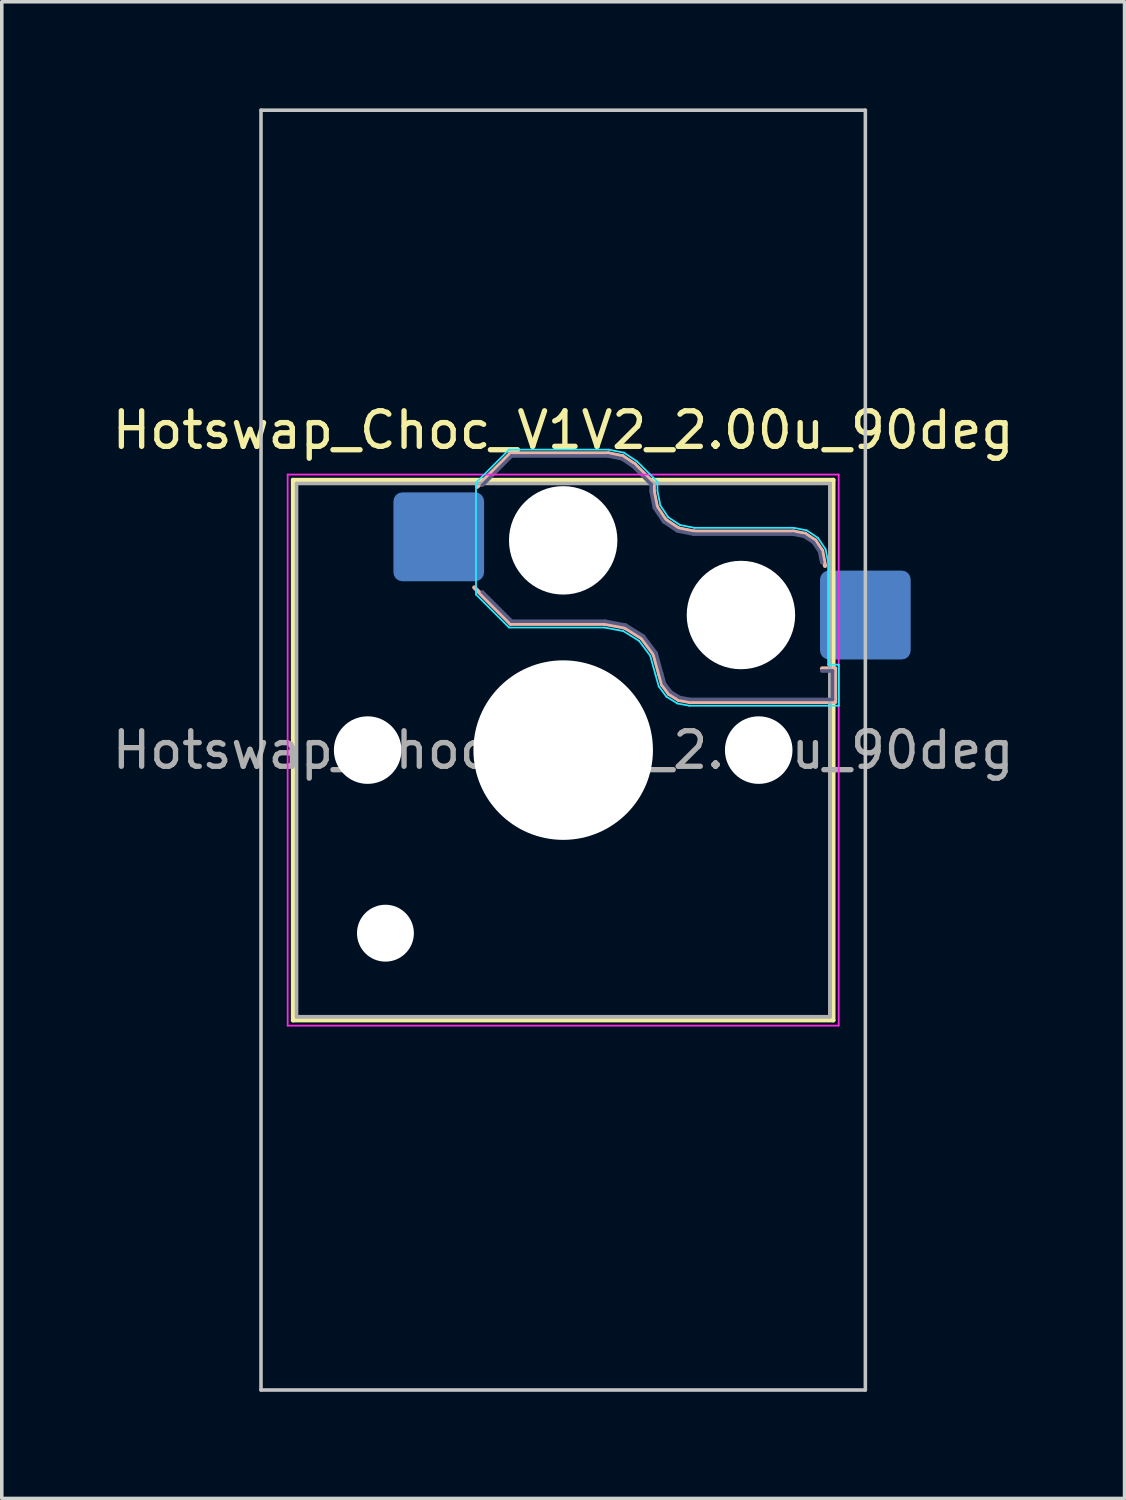
<source format=kicad_pcb>
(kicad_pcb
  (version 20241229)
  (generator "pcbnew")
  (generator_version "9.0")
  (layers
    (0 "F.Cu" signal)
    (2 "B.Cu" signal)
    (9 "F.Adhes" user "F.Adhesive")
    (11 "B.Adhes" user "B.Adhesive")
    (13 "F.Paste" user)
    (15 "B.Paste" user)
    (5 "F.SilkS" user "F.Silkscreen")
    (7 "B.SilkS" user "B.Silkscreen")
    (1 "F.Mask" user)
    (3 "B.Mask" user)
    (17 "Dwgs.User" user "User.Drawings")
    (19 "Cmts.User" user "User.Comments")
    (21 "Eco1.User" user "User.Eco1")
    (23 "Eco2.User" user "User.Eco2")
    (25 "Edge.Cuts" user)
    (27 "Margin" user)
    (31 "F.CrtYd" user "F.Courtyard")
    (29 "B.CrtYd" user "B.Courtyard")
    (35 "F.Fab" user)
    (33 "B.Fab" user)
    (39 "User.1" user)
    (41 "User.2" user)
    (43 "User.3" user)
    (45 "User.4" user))
  (footprint "Hotswap_Choc_V1V2_2.00u_90deg"
    (layer "F.Cu")
    (at 12.792 18.05)
    (property "Reference" "Hotswap_Choc_V1V2_2.00u_90deg" (at 0 -9 0) (layer "F.SilkS") (effects (font (size 1 1) (thickness 0.15))))
    (attr smd)
    (fp_line (start -7.6 -7.6) (end -7.6 7.6) (stroke (width 0.12) (type solid)) (layer "F.SilkS"))
    (fp_line (start -7.6 7.6) (end 7.6 7.6) (stroke (width 0.12) (type solid)) (layer "F.SilkS"))
    (fp_line (start 7.6 -7.6) (end -7.6 -7.6) (stroke (width 0.12) (type solid)) (layer "F.SilkS"))
    (fp_line (start 7.6 7.6) (end 7.6 -7.6) (stroke (width 0.12) (type solid)) (layer "F.SilkS"))
    (fp_line (start -2.416 -7.409) (end -1.479 -8.346) (stroke (width 0.12) (type solid)) (layer "B.SilkS"))
    (fp_line (start -1.479 -8.346) (end 1.268 -8.346) (stroke (width 0.12) (type solid)) (layer "B.SilkS"))
    (fp_line (start -1.479 -3.554) (end -2.5 -4.575) (stroke (width 0.12) (type solid)) (layer "B.SilkS"))
    (fp_line (start 1.168 -3.554) (end -1.479 -3.554) (stroke (width 0.12) (type solid)) (layer "B.SilkS"))
    (fp_line (start 1.268 -8.346) (end 1.671 -8.266) (stroke (width 0.12) (type solid)) (layer "B.SilkS"))
    (fp_line (start 1.671 -8.266) (end 2.013 -8.037) (stroke (width 0.12) (type solid)) (layer "B.SilkS"))
    (fp_line (start 1.73 -3.449) (end 1.168 -3.554) (stroke (width 0.12) (type solid)) (layer "B.SilkS"))
    (fp_line (start 2.013 -8.037) (end 2.546 -7.504) (stroke (width 0.12) (type solid)) (layer "B.SilkS"))
    (fp_line (start 2.209 -3.15) (end 1.73 -3.449) (stroke (width 0.12) (type solid)) (layer "B.SilkS"))
    (fp_line (start 2.546 -7.504) (end 2.546 -7.282) (stroke (width 0.12) (type solid)) (layer "B.SilkS"))
    (fp_line (start 2.546 -7.282) (end 2.633 -6.844) (stroke (width 0.12) (type solid)) (layer "B.SilkS"))
    (fp_line (start 2.547 -2.697) (end 2.209 -3.15) (stroke (width 0.12) (type solid)) (layer "B.SilkS"))
    (fp_line (start 2.633 -6.844) (end 2.877 -6.477) (stroke (width 0.12) (type solid)) (layer "B.SilkS"))
    (fp_line (start 2.701 -2.139) (end 2.547 -2.697) (stroke (width 0.12) (type solid)) (layer "B.SilkS"))
    (fp_line (start 2.783 -1.841) (end 2.701 -2.139) (stroke (width 0.12) (type solid)) (layer "B.SilkS"))
    (fp_line (start 2.877 -6.477) (end 3.244 -6.233) (stroke (width 0.12) (type solid)) (layer "B.SilkS"))
    (fp_line (start 2.976 -1.583) (end 2.783 -1.841) (stroke (width 0.12) (type solid)) (layer "B.SilkS"))
    (fp_line (start 3.244 -6.233) (end 3.682 -6.146) (stroke (width 0.12) (type solid)) (layer "B.SilkS"))
    (fp_line (start 3.25 -1.413) (end 2.976 -1.583) (stroke (width 0.12) (type solid)) (layer "B.SilkS"))
    (fp_line (start 3.56 -1.354) (end 3.25 -1.413) (stroke (width 0.12) (type solid)) (layer "B.SilkS"))
    (fp_line (start 3.682 -6.146) (end 6.482 -6.146) (stroke (width 0.12) (type solid)) (layer "B.SilkS"))
    (fp_line (start 6.482 -6.146) (end 6.809 -6.081) (stroke (width 0.12) (type solid)) (layer "B.SilkS"))
    (fp_line (start 6.809 -6.081) (end 7.092 -5.892) (stroke (width 0.12) (type solid)) (layer "B.SilkS"))
    (fp_line (start 7.092 -5.892) (end 7.281 -5.609) (stroke (width 0.12) (type solid)) (layer "B.SilkS"))
    (fp_line (start 7.281 -5.609) (end 7.366 -5.182) (stroke (width 0.12) (type solid)) (layer "B.SilkS"))
    (fp_line (start 7.283 -2.296) (end 7.646 -2.296) (stroke (width 0.12) (type solid)) (layer "B.SilkS"))
    (fp_line (start 7.646 -2.296) (end 7.646 -1.354) (stroke (width 0.12) (type solid)) (layer "B.SilkS"))
    (fp_line (start 7.646 -1.354) (end 3.56 -1.354) (stroke (width 0.12) (type solid)) (layer "B.SilkS"))
    (fp_line (start -8.5 -18) (end 8.5 -18) (stroke (width 0.1) (type solid)) (layer "Dwgs.User"))
    (fp_line (start -8.5 18) (end -8.5 -18) (stroke (width 0.1) (type solid)) (layer "Dwgs.User"))
    (fp_line (start 8.5 -18) (end 8.5 18) (stroke (width 0.1) (type solid)) (layer "Dwgs.User"))
    (fp_line (start 8.5 18) (end -8.5 18) (stroke (width 0.1) (type solid)) (layer "Dwgs.User"))
    (fp_line (start -7.25 -7.25) (end -7.25 7.25) (stroke (width 0.1) (type solid)) (layer "Eco1.User"))
    (fp_line (start -7.25 7.25) (end 7.25 7.25) (stroke (width 0.1) (type solid)) (layer "Eco1.User"))
    (fp_line (start 7.25 -7.25) (end -7.25 -7.25) (stroke (width 0.1) (type solid)) (layer "Eco1.User"))
    (fp_line (start 7.25 7.25) (end 7.25 -7.25) (stroke (width 0.1) (type solid)) (layer "Eco1.User"))
    (fp_line (start -2.452 -7.523) (end -1.523 -8.452) (stroke (width 0.05) (type solid)) (layer "B.CrtYd"))
    (fp_line (start -2.452 -4.377) (end -2.452 -7.523) (stroke (width 0.05) (type solid)) (layer "B.CrtYd"))
    (fp_line (start -1.523 -8.452) (end 1.278 -8.452) (stroke (width 0.05) (type solid)) (layer "B.CrtYd"))
    (fp_line (start -1.523 -3.448) (end -2.452 -4.377) (stroke (width 0.05) (type solid)) (layer "B.CrtYd"))
    (fp_line (start 1.159 -3.448) (end -1.523 -3.448) (stroke (width 0.05) (type solid)) (layer "B.CrtYd"))
    (fp_line (start 1.278 -8.452) (end 1.712 -8.366) (stroke (width 0.05) (type solid)) (layer "B.CrtYd"))
    (fp_line (start 1.691 -3.348) (end 1.159 -3.448) (stroke (width 0.05) (type solid)) (layer "B.CrtYd"))
    (fp_line (start 1.712 -8.366) (end 2.081 -8.119) (stroke (width 0.05) (type solid)) (layer "B.CrtYd"))
    (fp_line (start 2.081 -8.119) (end 2.652 -7.548) (stroke (width 0.05) (type solid)) (layer "B.CrtYd"))
    (fp_line (start 2.136 -3.071) (end 1.691 -3.348) (stroke (width 0.05) (type solid)) (layer "B.CrtYd"))
    (fp_line (start 2.45 -2.65) (end 2.136 -3.071) (stroke (width 0.05) (type solid)) (layer "B.CrtYd"))
    (fp_line (start 2.599 -2.111) (end 2.45 -2.65) (stroke (width 0.05) (type solid)) (layer "B.CrtYd"))
    (fp_line (start 2.652 -7.548) (end 2.652 -7.292) (stroke (width 0.05) (type solid)) (layer "B.CrtYd"))
    (fp_line (start 2.652 -7.292) (end 2.733 -6.885) (stroke (width 0.05) (type solid)) (layer "B.CrtYd"))
    (fp_line (start 2.687 -1.794) (end 2.599 -2.111) (stroke (width 0.05) (type solid)) (layer "B.CrtYd"))
    (fp_line (start 2.733 -6.885) (end 2.953 -6.553) (stroke (width 0.05) (type solid)) (layer "B.CrtYd"))
    (fp_line (start 2.903 -1.503) (end 2.687 -1.794) (stroke (width 0.05) (type solid)) (layer "B.CrtYd"))
    (fp_line (start 2.953 -6.553) (end 3.285 -6.333) (stroke (width 0.05) (type solid)) (layer "B.CrtYd"))
    (fp_line (start 3.211 -1.312) (end 2.903 -1.503) (stroke (width 0.05) (type solid)) (layer "B.CrtYd"))
    (fp_line (start 3.285 -6.333) (end 3.692 -6.252) (stroke (width 0.05) (type solid)) (layer "B.CrtYd"))
    (fp_line (start 3.55 -1.248) (end 3.211 -1.312) (stroke (width 0.05) (type solid)) (layer "B.CrtYd"))
    (fp_line (start 3.692 -6.252) (end 6.492 -6.252) (stroke (width 0.05) (type solid)) (layer "B.CrtYd"))
    (fp_line (start 6.492 -6.252) (end 6.85 -6.181) (stroke (width 0.05) (type solid)) (layer "B.CrtYd"))
    (fp_line (start 6.85 -6.181) (end 7.168 -5.968) (stroke (width 0.05) (type solid)) (layer "B.CrtYd"))
    (fp_line (start 7.168 -5.968) (end 7.381 -5.65) (stroke (width 0.05) (type solid)) (layer "B.CrtYd"))
    (fp_line (start 7.381 -5.65) (end 7.452 -5.292) (stroke (width 0.05) (type solid)) (layer "B.CrtYd"))
    (fp_line (start 7.452 -5.292) (end 7.452 -2.402) (stroke (width 0.05) (type solid)) (layer "B.CrtYd"))
    (fp_line (start 7.452 -2.402) (end 7.752 -2.402) (stroke (width 0.05) (type solid)) (layer "B.CrtYd"))
    (fp_line (start 7.752 -2.402) (end 7.752 -1.248) (stroke (width 0.05) (type solid)) (layer "B.CrtYd"))
    (fp_line (start 7.752 -1.248) (end 3.55 -1.248) (stroke (width 0.05) (type solid)) (layer "B.CrtYd"))
    (fp_line (start -7.75 -7.75) (end -7.75 7.75) (stroke (width 0.05) (type solid)) (layer "F.CrtYd"))
    (fp_line (start -7.75 7.75) (end 7.75 7.75) (stroke (width 0.05) (type solid)) (layer "F.CrtYd"))
    (fp_line (start 7.75 -7.75) (end -7.75 -7.75) (stroke (width 0.05) (type solid)) (layer "F.CrtYd"))
    (fp_line (start 7.75 7.75) (end 7.75 -7.75) (stroke (width 0.05) (type solid)) (layer "F.CrtYd"))
    (fp_line (start -2.275 -7.45) (end -1.45 -8.275) (stroke (width 0.1) (type solid)) (layer "B.Fab"))
    (fp_line (start -1.45 -8.275) (end 1.261 -8.275) (stroke (width 0.1) (type solid)) (layer "B.Fab"))
    (fp_line (start -1.45 -3.625) (end -2.275 -4.45) (stroke (width 0.1) (type solid)) (layer "B.Fab"))
    (fp_line (start 1.175 -3.625) (end -1.45 -3.625) (stroke (width 0.1) (type solid)) (layer "B.Fab"))
    (fp_line (start 1.261 -8.275) (end 1.643 -8.199) (stroke (width 0.1) (type solid)) (layer "B.Fab"))
    (fp_line (start 1.643 -8.199) (end 1.968 -7.982) (stroke (width 0.1) (type solid)) (layer "B.Fab"))
    (fp_line (start 1.756 -3.516) (end 1.175 -3.625) (stroke (width 0.1) (type solid)) (layer "B.Fab"))
    (fp_line (start 1.968 -7.982) (end 2.475 -7.475) (stroke (width 0.1) (type solid)) (layer "B.Fab"))
    (fp_line (start 2.258 -3.203) (end 1.756 -3.516) (stroke (width 0.1) (type solid)) (layer "B.Fab"))
    (fp_line (start 2.475 -7.475) (end 2.475 -7.275) (stroke (width 0.1) (type solid)) (layer "B.Fab"))
    (fp_line (start 2.475 -7.275) (end 2.566 -6.816) (stroke (width 0.1) (type solid)) (layer "B.Fab"))
    (fp_line (start 2.566 -6.816) (end 2.826 -6.426) (stroke (width 0.1) (type solid)) (layer "B.Fab"))
    (fp_line (start 2.612 -2.729) (end 2.258 -3.203) (stroke (width 0.1) (type solid)) (layer "B.Fab"))
    (fp_line (start 2.769 -2.158) (end 2.612 -2.729) (stroke (width 0.1) (type solid)) (layer "B.Fab"))
    (fp_line (start 2.826 -6.426) (end 3.216 -6.166) (stroke (width 0.1) (type solid)) (layer "B.Fab"))
    (fp_line (start 2.848 -1.873) (end 2.769 -2.158) (stroke (width 0.1) (type solid)) (layer "B.Fab"))
    (fp_line (start 3.025 -1.636) (end 2.848 -1.873) (stroke (width 0.1) (type solid)) (layer "B.Fab"))
    (fp_line (start 3.216 -6.166) (end 3.675 -6.075) (stroke (width 0.1) (type solid)) (layer "B.Fab"))
    (fp_line (start 3.276 -1.48) (end 3.025 -1.636) (stroke (width 0.1) (type solid)) (layer "B.Fab"))
    (fp_line (start 3.567 -1.425) (end 3.276 -1.48) (stroke (width 0.1) (type solid)) (layer "B.Fab"))
    (fp_line (start 3.675 -6.075) (end 6.475 -6.075) (stroke (width 0.1) (type solid)) (layer "B.Fab"))
    (fp_line (start 6.475 -6.075) (end 6.781 -6.014) (stroke (width 0.1) (type solid)) (layer "B.Fab"))
    (fp_line (start 6.781 -6.014) (end 7.041 -5.841) (stroke (width 0.1) (type solid)) (layer "B.Fab"))
    (fp_line (start 7.041 -5.841) (end 7.214 -5.581) (stroke (width 0.1) (type solid)) (layer "B.Fab"))
    (fp_line (start 7.214 -5.581) (end 7.275 -5.275) (stroke (width 0.1) (type solid)) (layer "B.Fab"))
    (fp_line (start 7.275 -2.225) (end 7.575 -2.225) (stroke (width 0.1) (type solid)) (layer "B.Fab"))
    (fp_line (start 7.575 -2.225) (end 7.575 -1.425) (stroke (width 0.1) (type solid)) (layer "B.Fab"))
    (fp_line (start 7.575 -1.425) (end 3.567 -1.425) (stroke (width 0.1) (type solid)) (layer "B.Fab"))
    (fp_line (start -7.5 -7.5) (end -7.5 7.5) (stroke (width 0.1) (type solid)) (layer "F.Fab"))
    (fp_line (start -7.5 7.5) (end 7.5 7.5) (stroke (width 0.1) (type solid)) (layer "F.Fab"))
    (fp_line (start 7.5 -7.5) (end -7.5 -7.5) (stroke (width 0.1) (type solid)) (layer "F.Fab"))
    (fp_line (start 7.5 7.5) (end 7.5 -7.5) (stroke (width 0.1) (type solid)) (layer "F.Fab"))
    (fp_text user "${REFERENCE}" (at 0 0 0) (layer "F.Fab") (effects (font (size 1 1) (thickness 0.15))))
    (pad "" np_thru_hole circle (at -5.5 0) (size 1.9 1.9) (drill 1.9) (layers "*.Cu" "*.Mask"))
    (pad "" np_thru_hole circle (at -5 5.15) (size 1.6 1.6) (drill 1.6) (layers "*.Cu" "*.Mask"))
    (pad "" np_thru_hole circle (at 0 -5.9) (size 3.05 3.05) (drill 3.05) (layers "*.Cu" "*.Mask"))
    (pad "" np_thru_hole circle (at 0 0) (size 5.05 5.05) (drill 5.05) (layers "*.Cu" "*.Mask"))
    (pad "" np_thru_hole circle (at 5 -3.8) (size 3.05 3.05) (drill 3.05) (layers "*.Cu" "*.Mask"))
    (pad "" np_thru_hole circle (at 5.5 0) (size 1.9 1.9) (drill 1.9) (layers "*.Cu" "*.Mask"))
    (pad "1" smd roundrect (at -3.5 -6) (size 2.55 2.5) (layers "B.Cu" "B.Mask" "B.Paste") (roundrect_rratio 0.1))
    (pad "2" smd roundrect (at 8.5 -3.8) (size 2.55 2.5) (layers "B.Cu" "B.Mask" "B.Paste") (roundrect_rratio 0.1)))
  (gr_rect
    (start -3 -3)
    (end 28.583 39.1)
    (stroke (width 0.1) (type default))
    (fill no)
    (layer "Edge.Cuts")))
</source>
